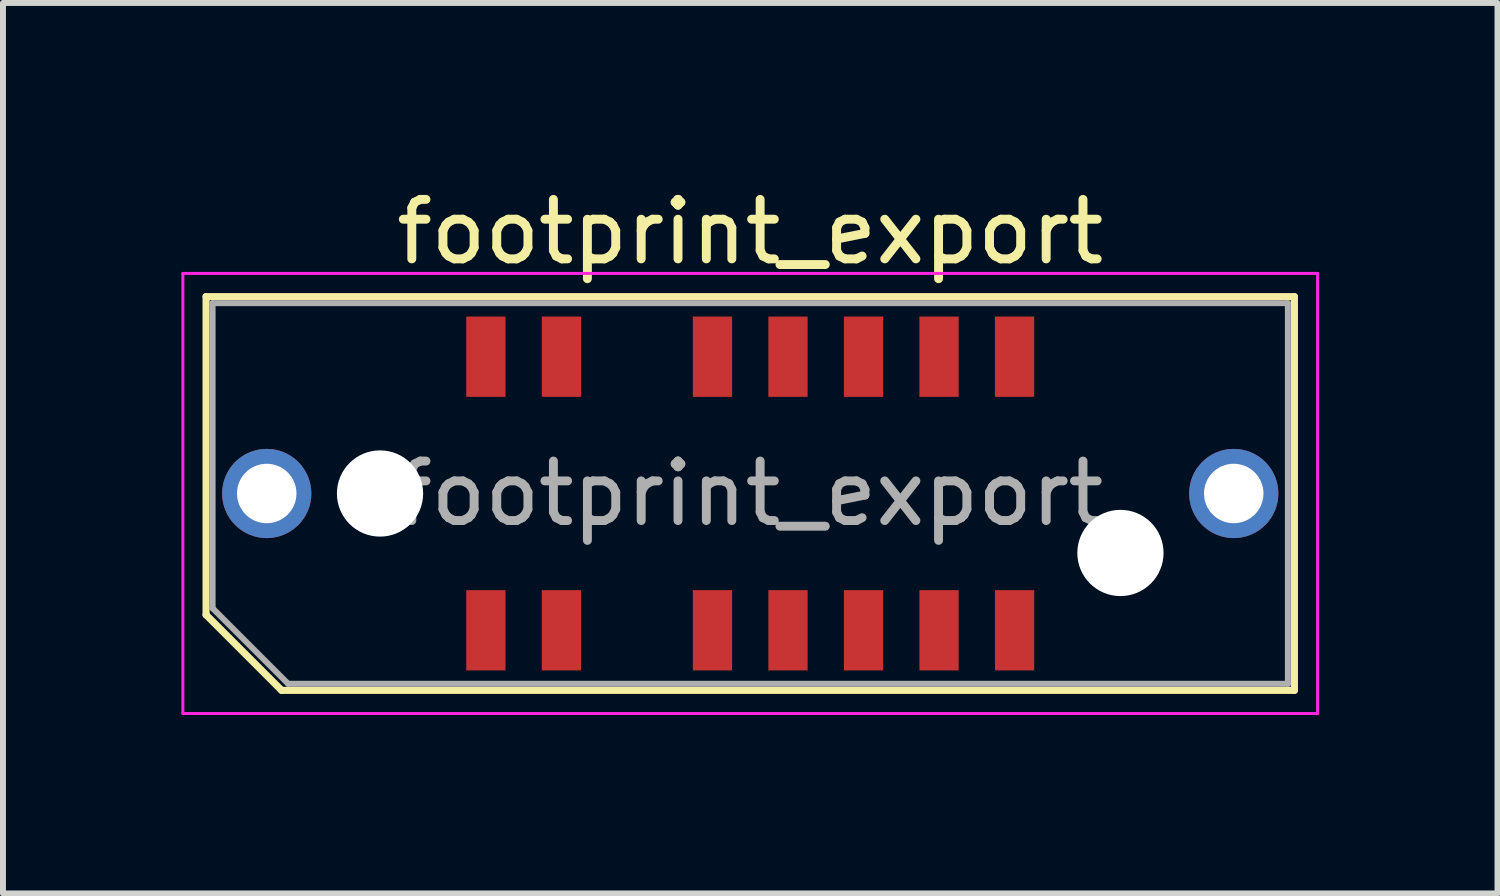
<source format=kicad_pcb>
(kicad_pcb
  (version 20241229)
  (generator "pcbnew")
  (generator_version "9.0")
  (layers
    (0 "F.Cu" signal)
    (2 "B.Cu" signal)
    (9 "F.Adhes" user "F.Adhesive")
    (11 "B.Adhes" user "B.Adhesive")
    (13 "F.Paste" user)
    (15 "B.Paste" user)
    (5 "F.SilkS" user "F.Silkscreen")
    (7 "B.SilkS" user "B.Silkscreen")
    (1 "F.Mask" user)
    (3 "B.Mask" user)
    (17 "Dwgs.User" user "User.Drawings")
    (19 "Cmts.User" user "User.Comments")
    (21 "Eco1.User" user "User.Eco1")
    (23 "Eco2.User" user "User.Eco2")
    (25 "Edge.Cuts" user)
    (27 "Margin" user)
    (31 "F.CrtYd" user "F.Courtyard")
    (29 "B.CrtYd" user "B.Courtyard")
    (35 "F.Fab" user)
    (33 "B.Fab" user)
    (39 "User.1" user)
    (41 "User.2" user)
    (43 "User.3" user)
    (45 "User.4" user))
  (footprint "footprint_export"
    (layer "F.Cu")
    (at 9.565 5.248)
    (property "Reference" "footprint_export" (at 0 -4.4 0) (layer "F.SilkS") (effects (font (size 1 1) (thickness 0.15))))
    (attr smd)
    (fp_line (start -9.15 -3.31) (end 9.15 -3.31) (stroke (width 0.12) (type solid)) (layer "F.SilkS"))
    (fp_line (start -9.15 2.04) (end -9.15 -3.31) (stroke (width 0.12) (type solid)) (layer "F.SilkS"))
    (fp_line (start -7.88 3.31) (end -9.15 2.04) (stroke (width 0.12) (type solid)) (layer "F.SilkS"))
    (fp_line (start -7.88 3.31) (end 9.15 3.31) (stroke (width 0.12) (type solid)) (layer "F.SilkS"))
    (fp_line (start 9.15 3.31) (end 9.15 -3.31) (stroke (width 0.12) (type solid)) (layer "F.SilkS"))
    (fp_line (start -9.54 -3.7) (end -9.54 3.7) (stroke (width 0.05) (type solid)) (layer "F.CrtYd"))
    (fp_line (start -9.54 3.7) (end 9.54 3.7) (stroke (width 0.05) (type solid)) (layer "F.CrtYd"))
    (fp_line (start 9.54 -3.7) (end -9.54 -3.7) (stroke (width 0.05) (type solid)) (layer "F.CrtYd"))
    (fp_line (start 9.54 3.7) (end 9.54 -3.7) (stroke (width 0.05) (type solid)) (layer "F.CrtYd"))
    (fp_line (start -9.04 -3.2) (end 9.04 -3.2) (stroke (width 0.1) (type solid)) (layer "F.Fab"))
    (fp_line (start -9.04 1.93) (end -9.04 -3.2) (stroke (width 0.1) (type solid)) (layer "F.Fab"))
    (fp_line (start -9.04 1.93) (end -7.77 3.2) (stroke (width 0.1) (type solid)) (layer "F.Fab"))
    (fp_line (start -7.77 3.2) (end 9.04 3.2) (stroke (width 0.1) (type solid)) (layer "F.Fab"))
    (fp_line (start 9.04 3.2) (end 9.04 -3.2) (stroke (width 0.1) (type solid)) (layer "F.Fab"))
    (fp_text user "${REFERENCE}" (at 0 0 0) (layer "F.Fab") (effects (font (size 1 1) (thickness 0.15))))
    (pad "" thru_hole circle (at -8.13 0) (size 1.5 1.5) (drill 1) (layers "*.Cu" "*.Mask"))
    (pad "" np_thru_hole circle (at -6.225 0) (size 1.45 1.45) (drill 1.45) (layers "*.Cu" "*.Mask"))
    (pad "" np_thru_hole circle (at 6.225 1) (size 1.45 1.45) (drill 1.45) (layers "*.Cu" "*.Mask"))
    (pad "" thru_hole circle (at 8.13 0) (size 1.5 1.5) (drill 1) (layers "*.Cu" "*.Mask"))
    (pad "1" smd rect (at -4.445 2.3) (size 0.66 1.35) (layers "F.Cu" "F.Mask" "F.Paste"))
    (pad "2" smd rect (at -4.445 -2.3) (size 0.66 1.35) (layers "F.Cu" "F.Mask" "F.Paste"))
    (pad "3" smd rect (at -3.175 2.3) (size 0.66 1.35) (layers "F.Cu" "F.Mask" "F.Paste"))
    (pad "4" smd rect (at -3.175 -2.3) (size 0.66 1.35) (layers "F.Cu" "F.Mask" "F.Paste"))
    (pad "7" smd rect (at -0.635 2.3) (size 0.66 1.35) (layers "F.Cu" "F.Mask" "F.Paste"))
    (pad "8" smd rect (at -0.635 -2.3) (size 0.66 1.35) (layers "F.Cu" "F.Mask" "F.Paste"))
    (pad "9" smd rect (at 0.635 2.3) (size 0.66 1.35) (layers "F.Cu" "F.Mask" "F.Paste"))
    (pad "10" smd rect (at 0.635 -2.3) (size 0.66 1.35) (layers "F.Cu" "F.Mask" "F.Paste"))
    (pad "11" smd rect (at 1.905 2.3) (size 0.66 1.35) (layers "F.Cu" "F.Mask" "F.Paste"))
    (pad "12" smd rect (at 1.905 -2.3) (size 0.66 1.35) (layers "F.Cu" "F.Mask" "F.Paste"))
    (pad "13" smd rect (at 3.175 2.3) (size 0.66 1.35) (layers "F.Cu" "F.Mask" "F.Paste"))
    (pad "14" smd rect (at 3.175 -2.3) (size 0.66 1.35) (layers "F.Cu" "F.Mask" "F.Paste"))
    (pad "15" smd rect (at 4.445 2.3) (size 0.66 1.35) (layers "F.Cu" "F.Mask" "F.Paste"))
    (pad "16" smd rect (at 4.445 -2.3) (size 0.66 1.35) (layers "F.Cu" "F.Mask" "F.Paste")))
  (gr_rect
    (start -3 -3)
    (end 22.13 11.973)
    (stroke (width 0.1) (type default))
    (fill no)
    (layer "Edge.Cuts")))
</source>
